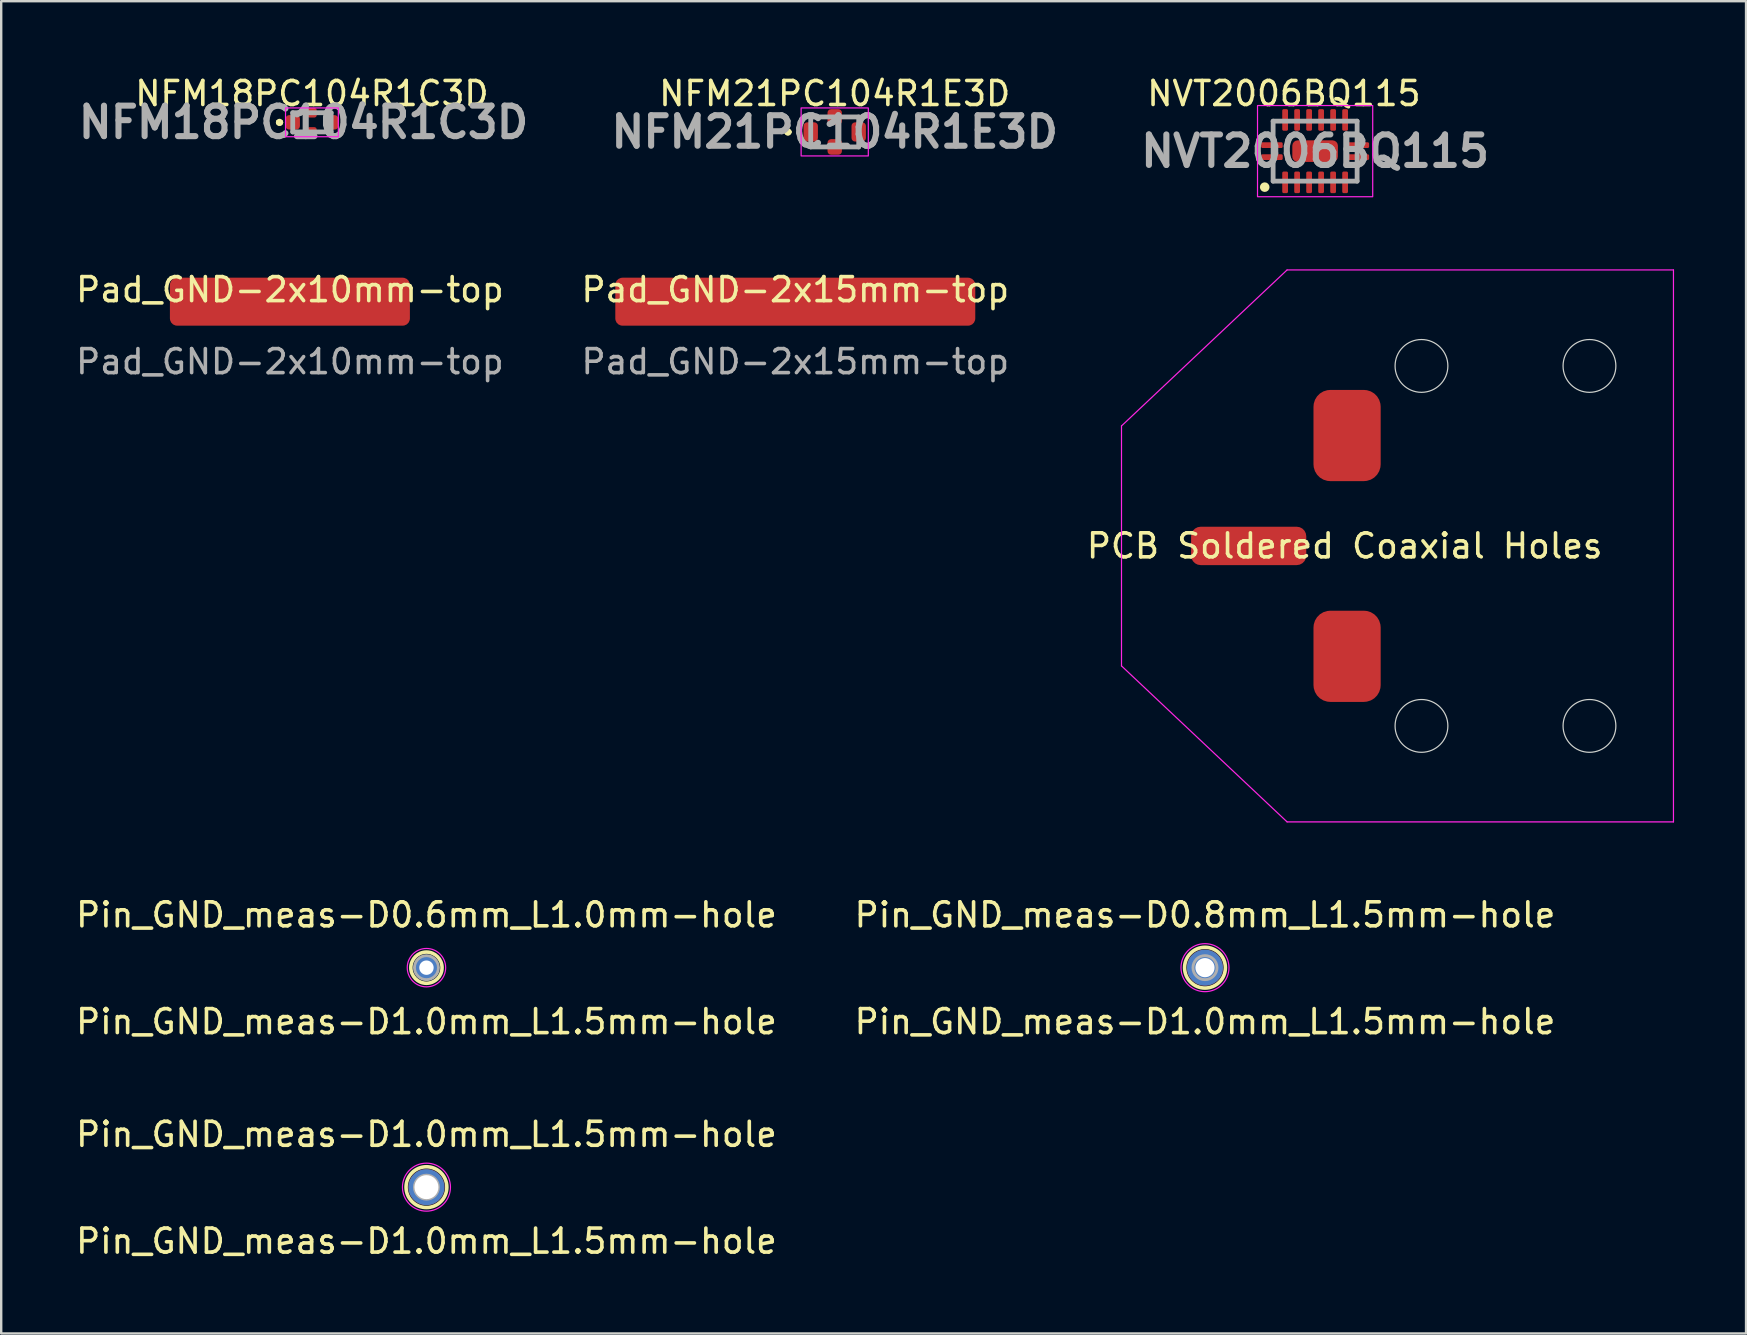
<source format=kicad_pcb>
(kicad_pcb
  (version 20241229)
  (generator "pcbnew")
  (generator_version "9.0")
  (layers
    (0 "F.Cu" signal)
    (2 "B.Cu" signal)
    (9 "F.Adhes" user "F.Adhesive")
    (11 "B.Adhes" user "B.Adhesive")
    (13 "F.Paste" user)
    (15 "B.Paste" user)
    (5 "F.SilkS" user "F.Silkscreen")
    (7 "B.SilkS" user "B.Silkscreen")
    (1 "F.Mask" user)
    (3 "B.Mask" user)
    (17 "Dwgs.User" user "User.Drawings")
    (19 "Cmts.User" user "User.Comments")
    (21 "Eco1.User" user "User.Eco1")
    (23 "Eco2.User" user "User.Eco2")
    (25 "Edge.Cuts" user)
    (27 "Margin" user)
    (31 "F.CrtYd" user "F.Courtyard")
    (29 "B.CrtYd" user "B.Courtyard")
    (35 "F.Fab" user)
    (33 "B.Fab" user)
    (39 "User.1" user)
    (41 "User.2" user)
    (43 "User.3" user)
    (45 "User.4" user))
  (footprint "Pad_GND-2x10mm-top"
    (layer "F.Cu")
    (at 9.03 9.521)
    (property "Reference" "Pad_GND-2x10mm-top" (at 0 -0.5 0) (unlocked yes) (layer "F.SilkS") (effects (font (size 1 1) (thickness 0.15))))
    (attr smd)
    (fp_text user "${REFERENCE}" (at 0 2.5 0) (unlocked yes) (layer "F.Fab") (effects (font (size 1 1) (thickness 0.15))))
    (pad "1" smd roundrect (at 0 0) (size 10 2) (layers "F.Cu" "F.Mask" "F.Paste") (roundrect_rratio 0.15)))
  (footprint "Pin_GND_meas-D0.6mm_L1.0mm-hole"
    (layer "F.Cu")
    (at 14.72 37.272)
    (property "Reference" "Pin_GND_meas-D0.6mm_L1.0mm-hole" (at 0 -2.2 0) (layer "F.SilkS") (effects (font (size 1 1) (thickness 0.15))))
    (property "Value" "Pin_GND_meas-D1.0mm_L1.5mm-hole" (at 0 -2.05 0) (layer "F.Fab") (hide yes) (effects (font (size 1 1) (thickness 0.15))))
    (attr through_hole)
    (fp_circle (center 0 0) (end 0.65 0) (stroke (width 0.15) (type solid)) (fill no) (layer "F.SilkS"))
    (fp_circle (center 0 0) (end 0.8 0) (stroke (width 0.05) (type solid)) (fill no) (layer "F.CrtYd"))
    (fp_circle (center 0 0) (end 0.5 0) (stroke (width 0.12) (type solid)) (fill no) (layer "F.Fab"))
    (fp_text user "${VALUE}" (at 0 2.25 0) (layer "F.SilkS") (effects (font (size 1 1) (thickness 0.15))))
    (pad "1" thru_hole circle (at 0 0) (size 1 1) (drill 0.6) (layers "*.Cu" "*.Mask")))
  (footprint "NFM21PC104R1E3D"
    (layer "F.Cu")
    (at 31.732 2.448)
    (property "Reference" "NFM21PC104R1E3D" (at 0 -1.6 0) (layer "F.SilkS") (effects (font (size 1 1) (thickness 0.15))))
    (attr smd)
    (fp_line (start -2 0) (end -2 0) (stroke (width 0.2) (type solid)) (layer "F.SilkS"))
    (fp_line (start -2 0) (end -2 0) (stroke (width 0.2) (type solid)) (layer "F.SilkS"))
    (fp_line (start -1.9 0) (end -1.9 0) (stroke (width 0.2) (type solid)) (layer "F.SilkS"))
    (fp_arc (start -2 0) (mid -1.95 -0.05) (end -1.9 0) (stroke (width 0.2) (type solid)) (layer "F.SilkS"))
    (fp_arc (start -1.9 0) (mid -1.95 0.05) (end -2 0) (stroke (width 0.2) (type solid)) (layer "F.SilkS"))
    (fp_arc (start -1.9 0) (mid -1.95 0.05) (end -2 0) (stroke (width 0.2) (type solid)) (layer "F.SilkS"))
    (fp_rect (start -1.4 -1) (end 1.4 1) (stroke (width 0.05) (type default)) (fill no) (layer "F.CrtYd"))
    (fp_line (start -1 -0.625) (end -1 0.625) (stroke (width 0.2) (type solid)) (layer "F.Fab"))
    (fp_line (start -1 0.625) (end 1 0.625) (stroke (width 0.2) (type solid)) (layer "F.Fab"))
    (fp_line (start 1 -0.625) (end -1 -0.625) (stroke (width 0.2) (type solid)) (layer "F.Fab"))
    (fp_line (start 1 0.625) (end 1 -0.625) (stroke (width 0.2) (type solid)) (layer "F.Fab"))
    (fp_text user "${REFERENCE}" (at 0 0 0) (layer "F.Fab") (effects (font (size 1.27 1.27) (thickness 0.254))))
    (pad "1" smd roundrect (at -1 0) (size 0.6 0.8) (layers "F.Cu" "F.Mask" "F.Paste") (roundrect_rratio 0.25))
    (pad "2" smd roundrect (at 0 -0.625) (size 0.6 0.65) (layers "F.Cu" "F.Mask" "F.Paste") (roundrect_rratio 0.25))
    (pad "2" smd roundrect (at 0 0.625) (size 0.6 0.65) (layers "F.Cu" "F.Mask" "F.Paste") (roundrect_rratio 0.25))
    (pad "3" smd roundrect (at 1 0) (size 0.6 0.8) (layers "F.Cu" "F.Mask" "F.Paste") (roundrect_rratio 0.25)))
  (footprint "NFM18PC104R1C3D"
    (layer "F.Cu")
    (at 9.948 2.048)
    (property "Reference" "NFM18PC104R1C3D" (at 0 -1.2 0) (layer "F.SilkS") (effects (font (size 1 1) (thickness 0.15))))
    (attr smd)
    (fp_line (start -1.4 0) (end -1.4 0) (stroke (width 0.2) (type solid)) (layer "F.SilkS"))
    (fp_line (start -1.4 0) (end -1.4 0) (stroke (width 0.2) (type solid)) (layer "F.SilkS"))
    (fp_line (start -1.3 0) (end -1.3 0) (stroke (width 0.2) (type solid)) (layer "F.SilkS"))
    (fp_arc (start -1.4 0) (mid -1.35 -0.05) (end -1.3 0) (stroke (width 0.2) (type solid)) (layer "F.SilkS"))
    (fp_arc (start -1.3 0) (mid -1.35 0.05) (end -1.4 0) (stroke (width 0.2) (type solid)) (layer "F.SilkS"))
    (fp_arc (start -1.3 0) (mid -1.35 0.05) (end -1.4 0) (stroke (width 0.2) (type solid)) (layer "F.SilkS"))
    (fp_rect (start -1.1 -0.6) (end 1.1 0.6) (stroke (width 0.05) (type default)) (fill no) (layer "F.CrtYd"))
    (fp_line (start -0.8 -0.4) (end -0.8 0.4) (stroke (width 0.2) (type solid)) (layer "F.Fab"))
    (fp_line (start -0.8 0.4) (end 0.8 0.4) (stroke (width 0.2) (type solid)) (layer "F.Fab"))
    (fp_line (start 0.8 -0.4) (end -0.8 -0.4) (stroke (width 0.2) (type solid)) (layer "F.Fab"))
    (fp_line (start 0.8 0.4) (end 0.8 -0.4) (stroke (width 0.2) (type solid)) (layer "F.Fab"))
    (fp_text user "${REFERENCE}" (at -0.35 0 0) (layer "F.Fab") (effects (font (size 1.27 1.27) (thickness 0.254))))
    (pad "1" smd roundrect (at -0.8 0 90) (size 0.6 0.6) (layers "F.Cu" "F.Mask" "F.Paste") (roundrect_rratio 0.25))
    (pad "2" smd roundrect (at 0 -0.4 90) (size 0.4 0.4) (layers "F.Cu" "F.Mask" "F.Paste") (roundrect_rratio 0.25))
    (pad "2" smd roundrect (at 0 0.4 90) (size 0.4 0.4) (layers "F.Cu" "F.Mask" "F.Paste") (roundrect_rratio 0.25))
    (pad "3" smd roundrect (at 0.8 0 90) (size 0.6 0.6) (layers "F.Cu" "F.Mask" "F.Paste") (roundrect_rratio 0.25)))
  (footprint "Pad_GND-2x15mm-top"
    (layer "F.Cu")
    (at 30.089 9.521)
    (property "Reference" "Pad_GND-2x15mm-top" (at 0 -0.5 0) (unlocked yes) (layer "F.SilkS") (effects (font (size 1 1) (thickness 0.15))))
    (attr smd)
    (fp_text user "${REFERENCE}" (at 0 2.5 0) (unlocked yes) (layer "F.Fab") (effects (font (size 1 1) (thickness 0.15))))
    (pad "1" smd roundrect (at 0 0) (size 15 2) (layers "F.Cu" "F.Mask" "F.Paste") (roundrect_rratio 0.15)))
  (footprint "Pin_GND_meas-D1.0mm_L1.5mm-hole"
    (layer "F.Cu")
    (at 14.72 46.418)
    (property "Reference" "Pin_GND_meas-D1.0mm_L1.5mm-hole" (at 0 -2.2 0) (layer "F.SilkS") (effects (font (size 1 1) (thickness 0.15))))
    (property "Value" "Pin_GND_meas-D1.0mm_L1.5mm-hole" (at 0 -2.05 0) (layer "F.Fab") (hide yes) (effects (font (size 1 1) (thickness 0.15))))
    (attr through_hole)
    (fp_circle (center 0 0) (end 0.85 0) (stroke (width 0.15) (type solid)) (fill no) (layer "F.SilkS"))
    (fp_circle (center 0 0) (end 1 0) (stroke (width 0.05) (type solid)) (fill no) (layer "F.CrtYd"))
    (fp_circle (center 0 0) (end 0.5 0) (stroke (width 0.12) (type solid)) (fill no) (layer "F.Fab"))
    (fp_text user "${VALUE}" (at 0 2.25 0) (layer "F.SilkS") (effects (font (size 1 1) (thickness 0.15))))
    (pad "1" thru_hole circle (at 0 0) (size 1.5 1.5) (drill 1) (layers "*.Cu" "*.Mask")))
  (footprint "NVT2006BQ115"
    (layer "F.Cu")
    (at 51.75 3.248)
    (property "Reference" "NVT2006BQ115" (at -1.3 -2.4 0) (layer "F.SilkS") (effects (font (size 1 1) (thickness 0.15))))
    (attr smd)
    (fp_line (start -1.75 -1.25) (end -1.75 -0.6) (stroke (width 0.1) (type solid)) (layer "F.SilkS"))
    (fp_line (start -1.75 0.6) (end -1.75 1.25) (stroke (width 0.1) (type solid)) (layer "F.SilkS"))
    (fp_line (start 1.75 -1.25) (end 1.75 -0.6) (stroke (width 0.1) (type solid)) (layer "F.SilkS"))
    (fp_line (start 1.75 0.6) (end 1.75 1.25) (stroke (width 0.1) (type solid)) (layer "F.SilkS"))
    (fp_circle (center -2.1 1.5) (end -2 1.5) (stroke (width 0.2) (type default)) (fill no) (layer "F.SilkS"))
    (fp_rect (start -2.4 -1.9) (end 2.4 1.9) (stroke (width 0.05) (type default)) (fill no) (layer "F.CrtYd"))
    (fp_line (start -1.75 -1.25) (end 1.75 -1.25) (stroke (width 0.2) (type solid)) (layer "F.Fab"))
    (fp_line (start -1.75 1.25) (end -1.75 -1.25) (stroke (width 0.2) (type solid)) (layer "F.Fab"))
    (fp_line (start 1.75 -1.25) (end 1.75 1.25) (stroke (width 0.2) (type solid)) (layer "F.Fab"))
    (fp_line (start 1.75 1.25) (end -1.75 1.25) (stroke (width 0.2) (type solid)) (layer "F.Fab"))
    (fp_text user "${REFERENCE}" (at 0 0 0) (layer "F.Fab") (effects (font (size 1.27 1.27) (thickness 0.254))))
    (pad "1" smd roundrect (at -1.8 0.25 90) (size 0.24 0.9) (layers "F.Cu" "F.Mask" "F.Paste") (roundrect_rratio 0.25))
    (pad "2" smd roundrect (at -1.25 1.3) (size 0.24 0.9) (layers "F.Cu" "F.Mask" "F.Paste") (roundrect_rratio 0.25))
    (pad "3" smd roundrect (at -0.75 1.3) (size 0.24 0.9) (layers "F.Cu" "F.Mask" "F.Paste") (roundrect_rratio 0.25))
    (pad "4" smd roundrect (at -0.25 1.3) (size 0.24 0.9) (layers "F.Cu" "F.Mask" "F.Paste") (roundrect_rratio 0.25))
    (pad "5" smd roundrect (at 0.25 1.3) (size 0.24 0.9) (layers "F.Cu" "F.Mask" "F.Paste") (roundrect_rratio 0.25))
    (pad "6" smd roundrect (at 0.75 1.3) (size 0.24 0.9) (layers "F.Cu" "F.Mask" "F.Paste") (roundrect_rratio 0.25))
    (pad "7" smd roundrect (at 1.25 1.3) (size 0.24 0.9) (layers "F.Cu" "F.Mask" "F.Paste") (roundrect_rratio 0.25))
    (pad "8" smd roundrect (at 1.8 0.25 90) (size 0.24 0.9) (layers "F.Cu" "F.Mask" "F.Paste") (roundrect_rratio 0.25))
    (pad "9" smd roundrect (at 1.8 -0.25 90) (size 0.24 0.9) (layers "F.Cu" "F.Mask" "F.Paste") (roundrect_rratio 0.25))
    (pad "10" smd roundrect (at 1.25 -1.3) (size 0.24 0.9) (layers "F.Cu" "F.Mask" "F.Paste") (roundrect_rratio 0.25))
    (pad "11" smd roundrect (at 0.75 -1.3) (size 0.24 0.9) (layers "F.Cu" "F.Mask" "F.Paste") (roundrect_rratio 0.25))
    (pad "12" smd roundrect (at 0.25 -1.3) (size 0.24 0.9) (layers "F.Cu" "F.Mask" "F.Paste") (roundrect_rratio 0.25))
    (pad "13" smd roundrect (at -0.25 -1.3) (size 0.24 0.9) (layers "F.Cu" "F.Mask" "F.Paste") (roundrect_rratio 0.25))
    (pad "14" smd roundrect (at -0.75 -1.3) (size 0.24 0.9) (layers "F.Cu" "F.Mask" "F.Paste") (roundrect_rratio 0.25))
    (pad "15" smd roundrect (at -1.25 -1.3) (size 0.24 0.9) (layers "F.Cu" "F.Mask" "F.Paste") (roundrect_rratio 0.25))
    (pad "16" smd roundrect (at -1.8 -0.25 90) (size 0.24 0.9) (layers "F.Cu" "F.Mask" "F.Paste") (roundrect_rratio 0.25))
    (pad "17" smd roundrect (at 0 0 90) (size 0.9 1.9) (layers "F.Cu" "F.Mask" "F.Paste") (roundrect_rratio 0.25)))
  (footprint "Pin_GND_meas-D0.8mm_L1.5mm-hole"
    (layer "F.Cu")
    (at 47.161 37.272)
    (property "Reference" "Pin_GND_meas-D0.8mm_L1.5mm-hole" (at 0 -2.2 0) (layer "F.SilkS") (effects (font (size 1 1) (thickness 0.15))))
    (property "Value" "Pin_GND_meas-D1.0mm_L1.5mm-hole" (at 0 -2.05 0) (layer "F.Fab") (hide yes) (effects (font (size 1 1) (thickness 0.15))))
    (attr through_hole)
    (fp_circle (center 0 0) (end 0.85 0) (stroke (width 0.15) (type solid)) (fill no) (layer "F.SilkS"))
    (fp_circle (center 0 0) (end 1 0) (stroke (width 0.05) (type solid)) (fill no) (layer "F.CrtYd"))
    (fp_circle (center 0 0) (end 0.5 0) (stroke (width 0.12) (type solid)) (fill no) (layer "F.Fab"))
    (fp_text user "${VALUE}" (at 0 2.25 0) (layer "F.SilkS") (effects (font (size 1 1) (thickness 0.15))))
    (pad "1" thru_hole circle (at 0 0) (size 1.5 1.5) (drill 0.8) (layers "*.Cu" "*.Mask")))
  (footprint "PCB Soldered Coaxial Holes"
    (layer "F.Cu")
    (at 51.582 19.698)
    (property "Reference" "PCB Soldered Coaxial Holes" (at 1.4 0 0) (unlocked yes) (layer "F.SilkS") (effects (font (size 1 1) (thickness 0.15))))
    (attr smd)
    (fp_circle (center 4.6 -7.5) (end 5.7 -7.5) (stroke (width 0.05) (type default)) (fill no) (layer "Edge.Cuts"))
    (fp_circle (center 4.6 7.5) (end 5.7 7.5) (stroke (width 0.05) (type default)) (fill no) (layer "Edge.Cuts"))
    (fp_circle (center 11.6 -7.5) (end 12.7 -7.5) (stroke (width 0.05) (type default)) (fill no) (layer "Edge.Cuts"))
    (fp_circle (center 11.6 7.5) (end 12.7 7.5) (stroke (width 0.05) (type default)) (fill no) (layer "Edge.Cuts"))
    (fp_line (start -7.9 5) (end -7.9 -5) (stroke (width 0.05) (type default)) (layer "F.CrtYd"))
    (fp_line (start -1 -11.5) (end -7.9 -5) (stroke (width 0.05) (type default)) (layer "F.CrtYd"))
    (fp_line (start -1 -11.5) (end 15.1 -11.5) (stroke (width 0.05) (type default)) (layer "F.CrtYd"))
    (fp_line (start -1 11.5) (end -7.9 5) (stroke (width 0.05) (type default)) (layer "F.CrtYd"))
    (fp_line (start 15.1 -11.5) (end 15.1 11.5) (stroke (width 0.05) (type default)) (layer "F.CrtYd"))
    (fp_line (start 15.1 11.5) (end -1 11.5) (stroke (width 0.05) (type default)) (layer "F.CrtYd"))
    (pad "1" smd roundrect (at 1.5 -4.6) (size 2.8 3.8) (layers "F.Cu" "F.Mask" "F.Paste") (roundrect_rratio 0.25))
    (pad "1" smd roundrect (at 1.5 4.6) (size 2.8 3.8) (layers "F.Cu" "F.Mask" "F.Paste") (roundrect_rratio 0.25))
    (pad "2" smd roundrect (at -2.6 0 90) (size 1.6 4.8) (layers "F.Cu" "F.Mask" "F.Paste") (roundrect_rratio 0.25)))
  (gr_rect
    (start -3 -3)
    (end 69.707 52.516)
    (stroke (width 0.1) (type default))
    (fill no)
    (layer "Edge.Cuts")))
</source>
